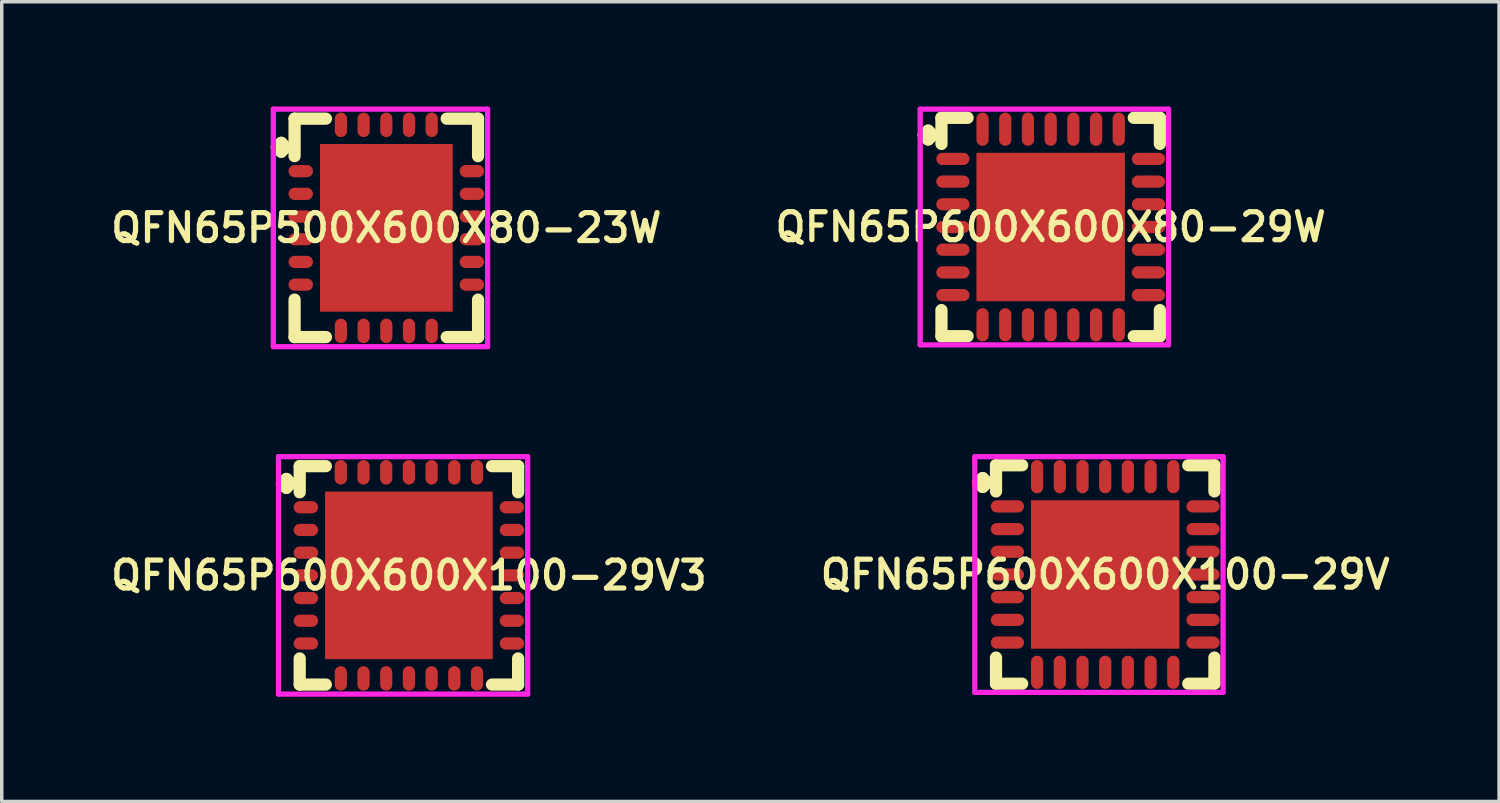
<source format=kicad_pcb>
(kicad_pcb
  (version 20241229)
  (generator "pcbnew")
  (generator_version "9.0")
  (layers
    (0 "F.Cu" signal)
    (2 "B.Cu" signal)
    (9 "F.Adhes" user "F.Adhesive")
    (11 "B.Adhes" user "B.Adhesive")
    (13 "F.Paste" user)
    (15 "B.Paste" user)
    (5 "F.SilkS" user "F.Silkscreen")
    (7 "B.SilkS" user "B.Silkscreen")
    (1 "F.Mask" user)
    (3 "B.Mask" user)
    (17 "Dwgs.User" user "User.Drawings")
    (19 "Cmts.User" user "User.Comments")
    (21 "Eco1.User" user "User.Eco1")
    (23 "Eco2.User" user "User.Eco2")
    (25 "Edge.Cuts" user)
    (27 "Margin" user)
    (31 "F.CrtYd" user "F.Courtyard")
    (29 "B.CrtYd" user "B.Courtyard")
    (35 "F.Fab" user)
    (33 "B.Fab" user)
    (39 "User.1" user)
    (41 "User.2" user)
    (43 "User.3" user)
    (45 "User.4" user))
  (footprint "QFN65P600X600X100-29V3"
    (layer "F.Cu")
    (at 8.659 13.425)
    (property "Reference" "QFN65P600X600X100-29V3" (at 0 0 0) (layer "F.SilkS") (effects (font (size 0.8 0.8) (thickness 0.15))))
    (attr through_hole)
    (fp_line (start -3.635 -2.633) (end -3.508 -2.76) (stroke (width 0.35) (type solid)) (layer "F.SilkS"))
    (fp_line (start -3.508 -2.76) (end -3.381 -2.633) (stroke (width 0.35) (type solid)) (layer "F.SilkS"))
    (fp_line (start -3.508 -2.506) (end -3.635 -2.633) (stroke (width 0.35) (type solid)) (layer "F.SilkS"))
    (fp_line (start -3.381 -2.633) (end -3.508 -2.506) (stroke (width 0.35) (type solid)) (layer "F.SilkS"))
    (fp_line (start -3.127 -3.127) (end -2.379 -3.127) (stroke (width 0.35) (type solid)) (layer "F.SilkS"))
    (fp_line (start -3.127 -2.379) (end -3.127 -3.127) (stroke (width 0.35) (type solid)) (layer "F.SilkS"))
    (fp_line (start -3.127 2.379) (end -3.127 3.127) (stroke (width 0.35) (type solid)) (layer "F.SilkS"))
    (fp_line (start -3.127 3.127) (end -2.379 3.127) (stroke (width 0.35) (type solid)) (layer "F.SilkS"))
    (fp_line (start 2.379 -3.127) (end 3.127 -3.127) (stroke (width 0.35) (type solid)) (layer "F.SilkS"))
    (fp_line (start 2.379 3.127) (end 3.127 3.127) (stroke (width 0.35) (type solid)) (layer "F.SilkS"))
    (fp_line (start 3.127 -3.127) (end 3.127 -2.379) (stroke (width 0.35) (type solid)) (layer "F.SilkS"))
    (fp_line (start 3.127 3.127) (end 3.127 2.379) (stroke (width 0.35) (type solid)) (layer "F.SilkS"))
    (fp_line (start -3.735 -3.4) (end 3.4 -3.4) (stroke (width 0.15) (type solid)) (layer "F.CrtYd"))
    (fp_line (start -3.735 3.4) (end -3.735 -3.4) (stroke (width 0.15) (type solid)) (layer "F.CrtYd"))
    (fp_line (start 3.4 -3.4) (end 3.4 3.4) (stroke (width 0.15) (type solid)) (layer "F.CrtYd"))
    (fp_line (start 3.4 3.4) (end -3.735 3.4) (stroke (width 0.15) (type solid)) (layer "F.CrtYd"))
    (pad "1" smd oval (at -2.95 -1.95) (size 0.7 0.35) (layers "F.Cu" "F.Mask" "F.Paste"))
    (pad "2" smd oval (at -2.95 -1.3) (size 0.7 0.35) (layers "F.Cu" "F.Mask" "F.Paste"))
    (pad "3" smd oval (at -2.95 -0.65) (size 0.7 0.35) (layers "F.Cu" "F.Mask" "F.Paste"))
    (pad "4" smd oval (at -2.95 0) (size 0.7 0.35) (layers "F.Cu" "F.Mask" "F.Paste"))
    (pad "5" smd oval (at -2.95 0.65) (size 0.7 0.35) (layers "F.Cu" "F.Mask" "F.Paste"))
    (pad "6" smd oval (at -2.95 1.3) (size 0.7 0.35) (layers "F.Cu" "F.Mask" "F.Paste"))
    (pad "7" smd oval (at -2.95 1.95) (size 0.7 0.35) (layers "F.Cu" "F.Mask" "F.Paste"))
    (pad "8" smd oval (at -1.95 2.95) (size 0.35 0.7) (layers "F.Cu" "F.Mask" "F.Paste"))
    (pad "9" smd oval (at -1.3 2.95) (size 0.35 0.7) (layers "F.Cu" "F.Mask" "F.Paste"))
    (pad "10" smd oval (at -0.65 2.95) (size 0.35 0.7) (layers "F.Cu" "F.Mask" "F.Paste"))
    (pad "11" smd oval (at 0 2.95) (size 0.35 0.7) (layers "F.Cu" "F.Mask" "F.Paste"))
    (pad "12" smd oval (at 0.65 2.95) (size 0.35 0.7) (layers "F.Cu" "F.Mask" "F.Paste"))
    (pad "13" smd oval (at 1.3 2.95) (size 0.35 0.7) (layers "F.Cu" "F.Mask" "F.Paste"))
    (pad "14" smd oval (at 1.95 2.95) (size 0.35 0.7) (layers "F.Cu" "F.Mask" "F.Paste"))
    (pad "15" smd oval (at 2.95 1.95) (size 0.7 0.35) (layers "F.Cu" "F.Mask" "F.Paste"))
    (pad "16" smd oval (at 2.95 1.3) (size 0.7 0.35) (layers "F.Cu" "F.Mask" "F.Paste"))
    (pad "17" smd oval (at 2.95 0.65) (size 0.7 0.35) (layers "F.Cu" "F.Mask" "F.Paste"))
    (pad "18" smd oval (at 2.95 0) (size 0.7 0.35) (layers "F.Cu" "F.Mask" "F.Paste"))
    (pad "19" smd oval (at 2.95 -0.65) (size 0.7 0.35) (layers "F.Cu" "F.Mask" "F.Paste"))
    (pad "20" smd oval (at 2.95 -1.3) (size 0.7 0.35) (layers "F.Cu" "F.Mask" "F.Paste"))
    (pad "21" smd oval (at 2.95 -1.95) (size 0.7 0.35) (layers "F.Cu" "F.Mask" "F.Paste"))
    (pad "22" smd oval (at 1.95 -2.95) (size 0.35 0.7) (layers "F.Cu" "F.Mask" "F.Paste"))
    (pad "23" smd oval (at 1.3 -2.95) (size 0.35 0.7) (layers "F.Cu" "F.Mask" "F.Paste"))
    (pad "24" smd oval (at 0.65 -2.95) (size 0.35 0.7) (layers "F.Cu" "F.Mask" "F.Paste"))
    (pad "25" smd oval (at 0 -2.95) (size 0.35 0.7) (layers "F.Cu" "F.Mask" "F.Paste"))
    (pad "26" smd oval (at -0.65 -2.95) (size 0.35 0.7) (layers "F.Cu" "F.Mask" "F.Paste"))
    (pad "27" smd oval (at -1.3 -2.95) (size 0.35 0.7) (layers "F.Cu" "F.Mask" "F.Paste"))
    (pad "28" smd oval (at -1.95 -2.95) (size 0.35 0.7) (layers "F.Cu" "F.Mask" "F.Paste"))
    (pad "29" smd rect (at 0 0) (size 4.8 4.8) (layers "F.Cu" "F.Mask" "F.Paste")))
  (footprint "QFN65P600X600X80-29W"
    (layer "F.Cu")
    (at 27.035 3.45)
    (property "Reference" "QFN65P600X600X80-29W" (at 0 0 0) (layer "F.SilkS") (effects (font (size 0.8 0.8) (thickness 0.15))))
    (attr smd)
    (fp_line (start -3.635 -2.633) (end -3.508 -2.76) (stroke (width 0.35) (type solid)) (layer "F.SilkS"))
    (fp_line (start -3.508 -2.76) (end -3.381 -2.633) (stroke (width 0.35) (type solid)) (layer "F.SilkS"))
    (fp_line (start -3.508 -2.506) (end -3.635 -2.633) (stroke (width 0.35) (type solid)) (layer "F.SilkS"))
    (fp_line (start -3.381 -2.633) (end -3.508 -2.506) (stroke (width 0.35) (type solid)) (layer "F.SilkS"))
    (fp_line (start -3.127 -3.127) (end -2.379 -3.127) (stroke (width 0.35) (type solid)) (layer "F.SilkS"))
    (fp_line (start -3.127 -2.379) (end -3.127 -3.127) (stroke (width 0.35) (type solid)) (layer "F.SilkS"))
    (fp_line (start -3.127 2.379) (end -3.127 3.127) (stroke (width 0.35) (type solid)) (layer "F.SilkS"))
    (fp_line (start -3.127 3.127) (end -2.379 3.127) (stroke (width 0.35) (type solid)) (layer "F.SilkS"))
    (fp_line (start 2.379 -3.127) (end 3.127 -3.127) (stroke (width 0.35) (type solid)) (layer "F.SilkS"))
    (fp_line (start 2.379 3.127) (end 3.127 3.127) (stroke (width 0.35) (type solid)) (layer "F.SilkS"))
    (fp_line (start 3.127 -3.127) (end 3.127 -2.379) (stroke (width 0.35) (type solid)) (layer "F.SilkS"))
    (fp_line (start 3.127 3.127) (end 3.127 2.379) (stroke (width 0.35) (type solid)) (layer "F.SilkS"))
    (fp_line (start -3.735 -3.375) (end 3.375 -3.375) (stroke (width 0.15) (type solid)) (layer "F.CrtYd"))
    (fp_line (start -3.735 3.375) (end -3.735 -3.375) (stroke (width 0.15) (type solid)) (layer "F.CrtYd"))
    (fp_line (start 3.375 -3.375) (end 3.375 3.375) (stroke (width 0.15) (type solid)) (layer "F.CrtYd"))
    (fp_line (start 3.375 3.375) (end -3.735 3.375) (stroke (width 0.15) (type solid)) (layer "F.CrtYd"))
    (pad "1" smd oval (at -2.8 -1.95) (size 0.95 0.35) (layers "F.Cu" "F.Mask" "F.Paste"))
    (pad "2" smd oval (at -2.8 -1.3) (size 0.95 0.35) (layers "F.Cu" "F.Mask" "F.Paste"))
    (pad "3" smd oval (at -2.8 -0.65) (size 0.95 0.35) (layers "F.Cu" "F.Mask" "F.Paste"))
    (pad "4" smd oval (at -2.8 0) (size 0.95 0.35) (layers "F.Cu" "F.Mask" "F.Paste"))
    (pad "5" smd oval (at -2.8 0.65) (size 0.95 0.35) (layers "F.Cu" "F.Mask" "F.Paste"))
    (pad "6" smd oval (at -2.8 1.3) (size 0.95 0.35) (layers "F.Cu" "F.Mask" "F.Paste"))
    (pad "7" smd oval (at -2.8 1.95) (size 0.95 0.35) (layers "F.Cu" "F.Mask" "F.Paste"))
    (pad "8" smd oval (at -1.95 2.8) (size 0.35 0.95) (layers "F.Cu" "F.Mask" "F.Paste"))
    (pad "9" smd oval (at -1.3 2.8) (size 0.35 0.95) (layers "F.Cu" "F.Mask" "F.Paste"))
    (pad "10" smd oval (at -0.65 2.8) (size 0.35 0.95) (layers "F.Cu" "F.Mask" "F.Paste"))
    (pad "11" smd oval (at 0 2.8) (size 0.35 0.95) (layers "F.Cu" "F.Mask" "F.Paste"))
    (pad "12" smd oval (at 0.65 2.8) (size 0.35 0.95) (layers "F.Cu" "F.Mask" "F.Paste"))
    (pad "13" smd oval (at 1.3 2.8) (size 0.35 0.95) (layers "F.Cu" "F.Mask" "F.Paste"))
    (pad "14" smd oval (at 1.95 2.8) (size 0.35 0.95) (layers "F.Cu" "F.Mask" "F.Paste"))
    (pad "15" smd oval (at 2.8 1.95) (size 0.95 0.35) (layers "F.Cu" "F.Mask" "F.Paste"))
    (pad "16" smd oval (at 2.8 1.3) (size 0.95 0.35) (layers "F.Cu" "F.Mask" "F.Paste"))
    (pad "17" smd oval (at 2.8 0.65) (size 0.95 0.35) (layers "F.Cu" "F.Mask" "F.Paste"))
    (pad "18" smd oval (at 2.8 0) (size 0.95 0.35) (layers "F.Cu" "F.Mask" "F.Paste"))
    (pad "19" smd oval (at 2.8 -0.65) (size 0.95 0.35) (layers "F.Cu" "F.Mask" "F.Paste"))
    (pad "20" smd oval (at 2.8 -1.3) (size 0.95 0.35) (layers "F.Cu" "F.Mask" "F.Paste"))
    (pad "21" smd oval (at 2.8 -1.95) (size 0.95 0.35) (layers "F.Cu" "F.Mask" "F.Paste"))
    (pad "22" smd oval (at 1.95 -2.8) (size 0.35 0.95) (layers "F.Cu" "F.Mask" "F.Paste"))
    (pad "23" smd oval (at 1.3 -2.8) (size 0.35 0.95) (layers "F.Cu" "F.Mask" "F.Paste"))
    (pad "24" smd oval (at 0.65 -2.8) (size 0.35 0.95) (layers "F.Cu" "F.Mask" "F.Paste"))
    (pad "25" smd oval (at 0 -2.8) (size 0.35 0.95) (layers "F.Cu" "F.Mask" "F.Paste"))
    (pad "26" smd oval (at -0.65 -2.8) (size 0.35 0.95) (layers "F.Cu" "F.Mask" "F.Paste"))
    (pad "27" smd oval (at -1.3 -2.8) (size 0.35 0.95) (layers "F.Cu" "F.Mask" "F.Paste"))
    (pad "28" smd oval (at -1.95 -2.8) (size 0.35 0.95) (layers "F.Cu" "F.Mask" "F.Paste"))
    (pad "29" smd rect (at 0 0) (size 4.25 4.25) (layers "F.Cu" "F.Mask" "F.Paste")))
  (footprint "QFN65P600X600X100-29V"
    (layer "F.Cu")
    (at 28.597 13.4)
    (property "Reference" "QFN65P600X600X100-29V" (at 0 0 0) (layer "F.SilkS") (effects (font (size 0.8 0.8) (thickness 0.15))))
    (attr through_hole)
    (fp_line (start -3.635 -2.633) (end -3.508 -2.76) (stroke (width 0.35) (type solid)) (layer "F.SilkS"))
    (fp_line (start -3.508 -2.76) (end -3.381 -2.633) (stroke (width 0.35) (type solid)) (layer "F.SilkS"))
    (fp_line (start -3.508 -2.506) (end -3.635 -2.633) (stroke (width 0.35) (type solid)) (layer "F.SilkS"))
    (fp_line (start -3.381 -2.633) (end -3.508 -2.506) (stroke (width 0.35) (type solid)) (layer "F.SilkS"))
    (fp_line (start -3.127 -3.127) (end -2.379 -3.127) (stroke (width 0.35) (type solid)) (layer "F.SilkS"))
    (fp_line (start -3.127 -2.379) (end -3.127 -3.127) (stroke (width 0.35) (type solid)) (layer "F.SilkS"))
    (fp_line (start -3.127 2.379) (end -3.127 3.127) (stroke (width 0.35) (type solid)) (layer "F.SilkS"))
    (fp_line (start -3.127 3.127) (end -2.379 3.127) (stroke (width 0.35) (type solid)) (layer "F.SilkS"))
    (fp_line (start 2.379 -3.127) (end 3.127 -3.127) (stroke (width 0.35) (type solid)) (layer "F.SilkS"))
    (fp_line (start 2.379 3.127) (end 3.127 3.127) (stroke (width 0.35) (type solid)) (layer "F.SilkS"))
    (fp_line (start 3.127 -3.127) (end 3.127 -2.379) (stroke (width 0.35) (type solid)) (layer "F.SilkS"))
    (fp_line (start 3.127 3.127) (end 3.127 2.379) (stroke (width 0.35) (type solid)) (layer "F.SilkS"))
    (fp_line (start -3.735 -3.375) (end 3.375 -3.375) (stroke (width 0.15) (type solid)) (layer "F.CrtYd"))
    (fp_line (start -3.735 3.375) (end -3.735 -3.375) (stroke (width 0.15) (type solid)) (layer "F.CrtYd"))
    (fp_line (start 3.375 -3.375) (end 3.375 3.375) (stroke (width 0.15) (type solid)) (layer "F.CrtYd"))
    (fp_line (start 3.375 3.375) (end -3.735 3.375) (stroke (width 0.15) (type solid)) (layer "F.CrtYd"))
    (pad "1" smd oval (at -2.8 -1.95) (size 0.95 0.35) (layers "F.Cu" "F.Mask" "F.Paste"))
    (pad "2" smd oval (at -2.8 -1.3) (size 0.95 0.35) (layers "F.Cu" "F.Mask" "F.Paste"))
    (pad "3" smd oval (at -2.8 -0.65) (size 0.95 0.35) (layers "F.Cu" "F.Mask" "F.Paste"))
    (pad "4" smd oval (at -2.8 0) (size 0.95 0.35) (layers "F.Cu" "F.Mask" "F.Paste"))
    (pad "5" smd oval (at -2.8 0.65) (size 0.95 0.35) (layers "F.Cu" "F.Mask" "F.Paste"))
    (pad "6" smd oval (at -2.8 1.3) (size 0.95 0.35) (layers "F.Cu" "F.Mask" "F.Paste"))
    (pad "7" smd oval (at -2.8 1.95) (size 0.95 0.35) (layers "F.Cu" "F.Mask" "F.Paste"))
    (pad "8" smd oval (at -1.95 2.8) (size 0.35 0.95) (layers "F.Cu" "F.Mask" "F.Paste"))
    (pad "9" smd oval (at -1.3 2.8) (size 0.35 0.95) (layers "F.Cu" "F.Mask" "F.Paste"))
    (pad "10" smd oval (at -0.65 2.8) (size 0.35 0.95) (layers "F.Cu" "F.Mask" "F.Paste"))
    (pad "11" smd oval (at 0 2.8) (size 0.35 0.95) (layers "F.Cu" "F.Mask" "F.Paste"))
    (pad "12" smd oval (at 0.65 2.8) (size 0.35 0.95) (layers "F.Cu" "F.Mask" "F.Paste"))
    (pad "13" smd oval (at 1.3 2.8) (size 0.35 0.95) (layers "F.Cu" "F.Mask" "F.Paste"))
    (pad "14" smd oval (at 1.95 2.8) (size 0.35 0.95) (layers "F.Cu" "F.Mask" "F.Paste"))
    (pad "15" smd oval (at 2.8 1.95) (size 0.95 0.35) (layers "F.Cu" "F.Mask" "F.Paste"))
    (pad "16" smd oval (at 2.8 1.3) (size 0.95 0.35) (layers "F.Cu" "F.Mask" "F.Paste"))
    (pad "17" smd oval (at 2.8 0.65) (size 0.95 0.35) (layers "F.Cu" "F.Mask" "F.Paste"))
    (pad "18" smd oval (at 2.8 0) (size 0.95 0.35) (layers "F.Cu" "F.Mask" "F.Paste"))
    (pad "19" smd oval (at 2.8 -0.65) (size 0.95 0.35) (layers "F.Cu" "F.Mask" "F.Paste"))
    (pad "20" smd oval (at 2.8 -1.3) (size 0.95 0.35) (layers "F.Cu" "F.Mask" "F.Paste"))
    (pad "21" smd oval (at 2.8 -1.95) (size 0.95 0.35) (layers "F.Cu" "F.Mask" "F.Paste"))
    (pad "22" smd oval (at 1.95 -2.8) (size 0.35 0.95) (layers "F.Cu" "F.Mask" "F.Paste"))
    (pad "23" smd oval (at 1.3 -2.8) (size 0.35 0.95) (layers "F.Cu" "F.Mask" "F.Paste"))
    (pad "24" smd oval (at 0.65 -2.8) (size 0.35 0.95) (layers "F.Cu" "F.Mask" "F.Paste"))
    (pad "25" smd oval (at 0 -2.8) (size 0.35 0.95) (layers "F.Cu" "F.Mask" "F.Paste"))
    (pad "26" smd oval (at -0.65 -2.8) (size 0.35 0.95) (layers "F.Cu" "F.Mask" "F.Paste"))
    (pad "27" smd oval (at -1.3 -2.8) (size 0.35 0.95) (layers "F.Cu" "F.Mask" "F.Paste"))
    (pad "28" smd oval (at -1.95 -2.8) (size 0.35 0.95) (layers "F.Cu" "F.Mask" "F.Paste"))
    (pad "29" smd rect (at 0 0) (size 4.25 4.25) (layers "F.Cu" "F.Mask" "F.Paste")))
  (footprint "QFN65P500X600X80-23W"
    (layer "F.Cu")
    (at 8.012 3.475)
    (property "Reference" "QFN65P500X600X80-23W" (at 0 0 0) (layer "F.SilkS") (effects (font (size 0.8 0.8) (thickness 0.15))))
    (attr smd)
    (fp_line (start -3.135 -2.308) (end -3.008 -2.435) (stroke (width 0.35) (type solid)) (layer "F.SilkS"))
    (fp_line (start -3.008 -2.435) (end -2.881 -2.308) (stroke (width 0.35) (type solid)) (layer "F.SilkS"))
    (fp_line (start -3.008 -2.181) (end -3.135 -2.308) (stroke (width 0.35) (type solid)) (layer "F.SilkS"))
    (fp_line (start -2.881 -2.308) (end -3.008 -2.181) (stroke (width 0.35) (type solid)) (layer "F.SilkS"))
    (fp_line (start -2.627 -3.127) (end -1.729 -3.127) (stroke (width 0.35) (type solid)) (layer "F.SilkS"))
    (fp_line (start -2.627 -2.054) (end -2.627 -3.127) (stroke (width 0.35) (type solid)) (layer "F.SilkS"))
    (fp_line (start -2.627 2.054) (end -2.627 3.127) (stroke (width 0.35) (type solid)) (layer "F.SilkS"))
    (fp_line (start -2.627 3.127) (end -1.729 3.127) (stroke (width 0.35) (type solid)) (layer "F.SilkS"))
    (fp_line (start 1.729 -3.127) (end 2.627 -3.127) (stroke (width 0.35) (type solid)) (layer "F.SilkS"))
    (fp_line (start 1.729 3.127) (end 2.627 3.127) (stroke (width 0.35) (type solid)) (layer "F.SilkS"))
    (fp_line (start 2.627 -3.127) (end 2.627 -2.054) (stroke (width 0.35) (type solid)) (layer "F.SilkS"))
    (fp_line (start 2.627 3.127) (end 2.627 2.054) (stroke (width 0.35) (type solid)) (layer "F.SilkS"))
    (fp_line (start -3.235 -3.4) (end 2.9 -3.4) (stroke (width 0.15) (type solid)) (layer "F.CrtYd"))
    (fp_line (start -3.235 3.4) (end -3.235 -3.4) (stroke (width 0.15) (type solid)) (layer "F.CrtYd"))
    (fp_line (start 2.9 -3.4) (end 2.9 3.4) (stroke (width 0.15) (type solid)) (layer "F.CrtYd"))
    (fp_line (start 2.9 3.4) (end -3.235 3.4) (stroke (width 0.15) (type solid)) (layer "F.CrtYd"))
    (pad "1" smd oval (at -2.45 -1.625) (size 0.7 0.35) (layers "F.Cu" "F.Mask" "F.Paste"))
    (pad "2" smd oval (at -2.45 -0.975) (size 0.7 0.35) (layers "F.Cu" "F.Mask" "F.Paste"))
    (pad "3" smd oval (at -2.45 -0.325) (size 0.7 0.35) (layers "F.Cu" "F.Mask" "F.Paste"))
    (pad "4" smd oval (at -2.45 0.325) (size 0.7 0.35) (layers "F.Cu" "F.Mask" "F.Paste"))
    (pad "5" smd oval (at -2.45 0.975) (size 0.7 0.35) (layers "F.Cu" "F.Mask" "F.Paste"))
    (pad "6" smd oval (at -2.45 1.625) (size 0.7 0.35) (layers "F.Cu" "F.Mask" "F.Paste"))
    (pad "7" smd oval (at -1.3 2.95) (size 0.35 0.7) (layers "F.Cu" "F.Mask" "F.Paste"))
    (pad "8" smd oval (at -0.65 2.95) (size 0.35 0.7) (layers "F.Cu" "F.Mask" "F.Paste"))
    (pad "9" smd oval (at 0 2.95) (size 0.35 0.7) (layers "F.Cu" "F.Mask" "F.Paste"))
    (pad "10" smd oval (at 0.65 2.95) (size 0.35 0.7) (layers "F.Cu" "F.Mask" "F.Paste"))
    (pad "11" smd oval (at 1.3 2.95) (size 0.35 0.7) (layers "F.Cu" "F.Mask" "F.Paste"))
    (pad "12" smd oval (at 2.45 1.625) (size 0.7 0.35) (layers "F.Cu" "F.Mask" "F.Paste"))
    (pad "13" smd oval (at 2.45 0.975) (size 0.7 0.35) (layers "F.Cu" "F.Mask" "F.Paste"))
    (pad "14" smd oval (at 2.45 0.325) (size 0.7 0.35) (layers "F.Cu" "F.Mask" "F.Paste"))
    (pad "15" smd oval (at 2.45 -0.325) (size 0.7 0.35) (layers "F.Cu" "F.Mask" "F.Paste"))
    (pad "16" smd oval (at 2.45 -0.975) (size 0.7 0.35) (layers "F.Cu" "F.Mask" "F.Paste"))
    (pad "17" smd oval (at 2.45 -1.625) (size 0.7 0.35) (layers "F.Cu" "F.Mask" "F.Paste"))
    (pad "18" smd oval (at 1.3 -2.95) (size 0.35 0.7) (layers "F.Cu" "F.Mask" "F.Paste"))
    (pad "19" smd oval (at 0.65 -2.95) (size 0.35 0.7) (layers "F.Cu" "F.Mask" "F.Paste"))
    (pad "20" smd oval (at 0 -2.95) (size 0.35 0.7) (layers "F.Cu" "F.Mask" "F.Paste"))
    (pad "21" smd oval (at -0.65 -2.95) (size 0.35 0.7) (layers "F.Cu" "F.Mask" "F.Paste"))
    (pad "22" smd oval (at -1.3 -2.95) (size 0.35 0.7) (layers "F.Cu" "F.Mask" "F.Paste"))
    (pad "23" smd rect (at 0 0) (size 3.8 4.8) (layers "F.Cu" "F.Mask" "F.Paste")))
  (gr_rect
    (start -3 -3)
    (end 39.875 19.9)
    (stroke (width 0.1) (type default))
    (fill no)
    (layer "Edge.Cuts")))
</source>
